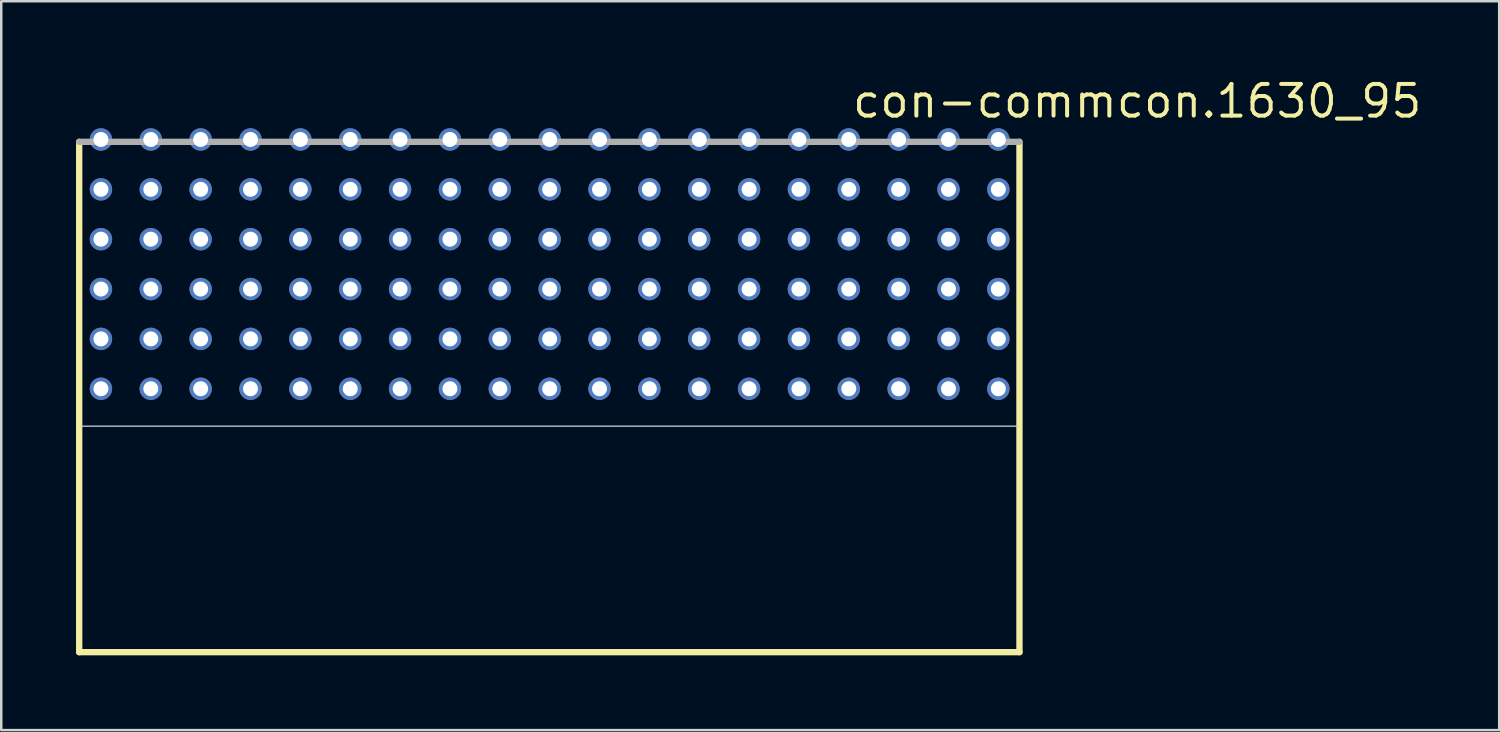
<source format=kicad_pcb>
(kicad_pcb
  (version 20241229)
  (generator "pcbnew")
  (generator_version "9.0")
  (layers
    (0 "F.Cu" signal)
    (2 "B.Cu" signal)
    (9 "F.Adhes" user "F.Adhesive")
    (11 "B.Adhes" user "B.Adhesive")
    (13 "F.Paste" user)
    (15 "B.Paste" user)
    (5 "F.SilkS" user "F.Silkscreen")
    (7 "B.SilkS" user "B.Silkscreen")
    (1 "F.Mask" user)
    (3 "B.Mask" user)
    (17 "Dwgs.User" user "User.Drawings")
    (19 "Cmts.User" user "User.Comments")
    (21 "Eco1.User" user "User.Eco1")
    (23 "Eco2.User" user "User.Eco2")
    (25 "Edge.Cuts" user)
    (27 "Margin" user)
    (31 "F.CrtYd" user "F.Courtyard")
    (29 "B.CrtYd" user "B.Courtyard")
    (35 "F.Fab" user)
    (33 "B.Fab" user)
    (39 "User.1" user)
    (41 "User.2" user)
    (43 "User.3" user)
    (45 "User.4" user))
  (footprint "con-commcon.1630_95"
    (layer "F.Cu")
    (at 18.999 13.815)
    (property "Reference" "con-commcon.1630_95" (at 12.065 -12.065 0) (layer "F.SilkS") (effects (font (size 1.27 1.27) (thickness 0.16)) (justify left bottom)))
    (attr through_hole)
    (fp_line (start -18.872 -11.176) (end -18.872 9.296) (stroke (width 0.254) (type default)) (layer "F.SilkS"))
    (fp_line (start -18.872 9.296) (end 18.847 9.296) (stroke (width 0.254) (type default)) (layer "F.SilkS"))
    (fp_line (start 18.847 9.296) (end 18.847 -11.176) (stroke (width 0.254) (type default)) (layer "F.SilkS"))
    (fp_line (start -18.789 0.23) (end 18.789 0.23) (stroke (width 0.051) (type default)) (layer "Edge.Cuts"))
    (fp_line (start 18.847 -11.176) (end -18.872 -11.176) (stroke (width 0.254) (type default)) (layer "F.Fab"))
    (pad "A1" thru_hole circle (at 18 -1.27) (size 0.9 0.9) (drill 0.6) (layers "*.Cu" "*.Mask"))
    (pad "A2" thru_hole circle (at 16 -1.27) (size 0.9 0.9) (drill 0.6) (layers "*.Cu" "*.Mask"))
    (pad "A3" thru_hole circle (at 14 -1.27) (size 0.9 0.9) (drill 0.6) (layers "*.Cu" "*.Mask"))
    (pad "A4" thru_hole circle (at 12 -1.27) (size 0.9 0.9) (drill 0.6) (layers "*.Cu" "*.Mask"))
    (pad "A5" thru_hole circle (at 10 -1.27) (size 0.9 0.9) (drill 0.6) (layers "*.Cu" "*.Mask"))
    (pad "A6" thru_hole circle (at 8 -1.27) (size 0.9 0.9) (drill 0.6) (layers "*.Cu" "*.Mask"))
    (pad "A7" thru_hole circle (at 6 -1.27) (size 0.9 0.9) (drill 0.6) (layers "*.Cu" "*.Mask"))
    (pad "A8" thru_hole circle (at 4 -1.27) (size 0.9 0.9) (drill 0.6) (layers "*.Cu" "*.Mask"))
    (pad "A9" thru_hole circle (at 2 -1.27) (size 0.9 0.9) (drill 0.6) (layers "*.Cu" "*.Mask"))
    (pad "A10" thru_hole circle (at 0 -1.27) (size 0.9 0.9) (drill 0.6) (layers "*.Cu" "*.Mask"))
    (pad "A11" thru_hole circle (at -2 -1.27) (size 0.9 0.9) (drill 0.6) (layers "*.Cu" "*.Mask"))
    (pad "A12" thru_hole circle (at -4 -1.27) (size 0.9 0.9) (drill 0.6) (layers "*.Cu" "*.Mask"))
    (pad "A13" thru_hole circle (at -6 -1.27) (size 0.9 0.9) (drill 0.6) (layers "*.Cu" "*.Mask"))
    (pad "A14" thru_hole circle (at -8 -1.27) (size 0.9 0.9) (drill 0.6) (layers "*.Cu" "*.Mask"))
    (pad "A15" thru_hole circle (at -10 -1.27) (size 0.9 0.9) (drill 0.6) (layers "*.Cu" "*.Mask"))
    (pad "A16" thru_hole circle (at -12 -1.27) (size 0.9 0.9) (drill 0.6) (layers "*.Cu" "*.Mask"))
    (pad "A17" thru_hole circle (at -14 -1.27) (size 0.9 0.9) (drill 0.6) (layers "*.Cu" "*.Mask"))
    (pad "A18" thru_hole circle (at -16 -1.27) (size 0.9 0.9) (drill 0.6) (layers "*.Cu" "*.Mask"))
    (pad "A19" thru_hole circle (at -18 -1.27) (size 0.9 0.9) (drill 0.6) (layers "*.Cu" "*.Mask"))
    (pad "B1" thru_hole circle (at 18 -3.27) (size 0.9 0.9) (drill 0.6) (layers "*.Cu" "*.Mask"))
    (pad "B2" thru_hole circle (at 16 -3.27) (size 0.9 0.9) (drill 0.6) (layers "*.Cu" "*.Mask"))
    (pad "B3" thru_hole circle (at 14 -3.27) (size 0.9 0.9) (drill 0.6) (layers "*.Cu" "*.Mask"))
    (pad "B4" thru_hole circle (at 12 -3.27) (size 0.9 0.9) (drill 0.6) (layers "*.Cu" "*.Mask"))
    (pad "B5" thru_hole circle (at 10 -3.27) (size 0.9 0.9) (drill 0.6) (layers "*.Cu" "*.Mask"))
    (pad "B6" thru_hole circle (at 8 -3.27) (size 0.9 0.9) (drill 0.6) (layers "*.Cu" "*.Mask"))
    (pad "B7" thru_hole circle (at 6 -3.27) (size 0.9 0.9) (drill 0.6) (layers "*.Cu" "*.Mask"))
    (pad "B8" thru_hole circle (at 4 -3.27) (size 0.9 0.9) (drill 0.6) (layers "*.Cu" "*.Mask"))
    (pad "B9" thru_hole circle (at 2 -3.27) (size 0.9 0.9) (drill 0.6) (layers "*.Cu" "*.Mask"))
    (pad "B10" thru_hole circle (at 0 -3.27) (size 0.9 0.9) (drill 0.6) (layers "*.Cu" "*.Mask"))
    (pad "B11" thru_hole circle (at -2 -3.27) (size 0.9 0.9) (drill 0.6) (layers "*.Cu" "*.Mask"))
    (pad "B12" thru_hole circle (at -4 -3.27) (size 0.9 0.9) (drill 0.6) (layers "*.Cu" "*.Mask"))
    (pad "B13" thru_hole circle (at -6 -3.27) (size 0.9 0.9) (drill 0.6) (layers "*.Cu" "*.Mask"))
    (pad "B14" thru_hole circle (at -8 -3.27) (size 0.9 0.9) (drill 0.6) (layers "*.Cu" "*.Mask"))
    (pad "B15" thru_hole circle (at -10 -3.27) (size 0.9 0.9) (drill 0.6) (layers "*.Cu" "*.Mask"))
    (pad "B16" thru_hole circle (at -12 -3.27) (size 0.9 0.9) (drill 0.6) (layers "*.Cu" "*.Mask"))
    (pad "B17" thru_hole circle (at -14 -3.27) (size 0.9 0.9) (drill 0.6) (layers "*.Cu" "*.Mask"))
    (pad "B18" thru_hole circle (at -16 -3.27) (size 0.9 0.9) (drill 0.6) (layers "*.Cu" "*.Mask"))
    (pad "B19" thru_hole circle (at -18 -3.27) (size 0.9 0.9) (drill 0.6) (layers "*.Cu" "*.Mask"))
    (pad "C1" thru_hole circle (at 18 -5.27) (size 0.9 0.9) (drill 0.6) (layers "*.Cu" "*.Mask"))
    (pad "C2" thru_hole circle (at 16 -5.27) (size 0.9 0.9) (drill 0.6) (layers "*.Cu" "*.Mask"))
    (pad "C3" thru_hole circle (at 14 -5.27) (size 0.9 0.9) (drill 0.6) (layers "*.Cu" "*.Mask"))
    (pad "C4" thru_hole circle (at 12 -5.27) (size 0.9 0.9) (drill 0.6) (layers "*.Cu" "*.Mask"))
    (pad "C5" thru_hole circle (at 10 -5.27) (size 0.9 0.9) (drill 0.6) (layers "*.Cu" "*.Mask"))
    (pad "C6" thru_hole circle (at 8 -5.27) (size 0.9 0.9) (drill 0.6) (layers "*.Cu" "*.Mask"))
    (pad "C7" thru_hole circle (at 6 -5.27) (size 0.9 0.9) (drill 0.6) (layers "*.Cu" "*.Mask"))
    (pad "C8" thru_hole circle (at 4 -5.27) (size 0.9 0.9) (drill 0.6) (layers "*.Cu" "*.Mask"))
    (pad "C9" thru_hole circle (at 2 -5.27) (size 0.9 0.9) (drill 0.6) (layers "*.Cu" "*.Mask"))
    (pad "C10" thru_hole circle (at 0 -5.27) (size 0.9 0.9) (drill 0.6) (layers "*.Cu" "*.Mask"))
    (pad "C11" thru_hole circle (at -2 -5.27) (size 0.9 0.9) (drill 0.6) (layers "*.Cu" "*.Mask"))
    (pad "C12" thru_hole circle (at -4 -5.27) (size 0.9 0.9) (drill 0.6) (layers "*.Cu" "*.Mask"))
    (pad "C13" thru_hole circle (at -6 -5.27) (size 0.9 0.9) (drill 0.6) (layers "*.Cu" "*.Mask"))
    (pad "C14" thru_hole circle (at -8 -5.27) (size 0.9 0.9) (drill 0.6) (layers "*.Cu" "*.Mask"))
    (pad "C15" thru_hole circle (at -10 -5.27) (size 0.9 0.9) (drill 0.6) (layers "*.Cu" "*.Mask"))
    (pad "C16" thru_hole circle (at -12 -5.27) (size 0.9 0.9) (drill 0.6) (layers "*.Cu" "*.Mask"))
    (pad "C17" thru_hole circle (at -14 -5.27) (size 0.9 0.9) (drill 0.6) (layers "*.Cu" "*.Mask"))
    (pad "C18" thru_hole circle (at -16 -5.27) (size 0.9 0.9) (drill 0.6) (layers "*.Cu" "*.Mask"))
    (pad "C19" thru_hole circle (at -18 -5.27) (size 0.9 0.9) (drill 0.6) (layers "*.Cu" "*.Mask"))
    (pad "D1" thru_hole circle (at 18 -7.27) (size 0.9 0.9) (drill 0.6) (layers "*.Cu" "*.Mask"))
    (pad "D2" thru_hole circle (at 16 -7.27) (size 0.9 0.9) (drill 0.6) (layers "*.Cu" "*.Mask"))
    (pad "D3" thru_hole circle (at 14 -7.27) (size 0.9 0.9) (drill 0.6) (layers "*.Cu" "*.Mask"))
    (pad "D4" thru_hole circle (at 12 -7.27) (size 0.9 0.9) (drill 0.6) (layers "*.Cu" "*.Mask"))
    (pad "D5" thru_hole circle (at 10 -7.27) (size 0.9 0.9) (drill 0.6) (layers "*.Cu" "*.Mask"))
    (pad "D6" thru_hole circle (at 8 -7.27) (size 0.9 0.9) (drill 0.6) (layers "*.Cu" "*.Mask"))
    (pad "D7" thru_hole circle (at 6 -7.27) (size 0.9 0.9) (drill 0.6) (layers "*.Cu" "*.Mask"))
    (pad "D8" thru_hole circle (at 4 -7.27) (size 0.9 0.9) (drill 0.6) (layers "*.Cu" "*.Mask"))
    (pad "D9" thru_hole circle (at 2 -7.27) (size 0.9 0.9) (drill 0.6) (layers "*.Cu" "*.Mask"))
    (pad "D10" thru_hole circle (at 0 -7.27) (size 0.9 0.9) (drill 0.6) (layers "*.Cu" "*.Mask"))
    (pad "D11" thru_hole circle (at -2 -7.27) (size 0.9 0.9) (drill 0.6) (layers "*.Cu" "*.Mask"))
    (pad "D12" thru_hole circle (at -4 -7.27) (size 0.9 0.9) (drill 0.6) (layers "*.Cu" "*.Mask"))
    (pad "D13" thru_hole circle (at -6 -7.27) (size 0.9 0.9) (drill 0.6) (layers "*.Cu" "*.Mask"))
    (pad "D14" thru_hole circle (at -8 -7.27) (size 0.9 0.9) (drill 0.6) (layers "*.Cu" "*.Mask"))
    (pad "D15" thru_hole circle (at -10 -7.27) (size 0.9 0.9) (drill 0.6) (layers "*.Cu" "*.Mask"))
    (pad "D16" thru_hole circle (at -12 -7.27) (size 0.9 0.9) (drill 0.6) (layers "*.Cu" "*.Mask"))
    (pad "D17" thru_hole circle (at -14 -7.27) (size 0.9 0.9) (drill 0.6) (layers "*.Cu" "*.Mask"))
    (pad "D18" thru_hole circle (at -16 -7.27) (size 0.9 0.9) (drill 0.6) (layers "*.Cu" "*.Mask"))
    (pad "D19" thru_hole circle (at -18 -7.27) (size 0.9 0.9) (drill 0.6) (layers "*.Cu" "*.Mask"))
    (pad "E1" thru_hole circle (at 18 -9.27) (size 0.9 0.9) (drill 0.6) (layers "*.Cu" "*.Mask"))
    (pad "E2" thru_hole circle (at 16 -9.27) (size 0.9 0.9) (drill 0.6) (layers "*.Cu" "*.Mask"))
    (pad "E3" thru_hole circle (at 14 -9.27) (size 0.9 0.9) (drill 0.6) (layers "*.Cu" "*.Mask"))
    (pad "E4" thru_hole circle (at 12 -9.27) (size 0.9 0.9) (drill 0.6) (layers "*.Cu" "*.Mask"))
    (pad "E5" thru_hole circle (at 10 -9.27) (size 0.9 0.9) (drill 0.6) (layers "*.Cu" "*.Mask"))
    (pad "E6" thru_hole circle (at 8 -9.27) (size 0.9 0.9) (drill 0.6) (layers "*.Cu" "*.Mask"))
    (pad "E7" thru_hole circle (at 6 -9.27) (size 0.9 0.9) (drill 0.6) (layers "*.Cu" "*.Mask"))
    (pad "E8" thru_hole circle (at 4 -9.27) (size 0.9 0.9) (drill 0.6) (layers "*.Cu" "*.Mask"))
    (pad "E9" thru_hole circle (at 2 -9.27) (size 0.9 0.9) (drill 0.6) (layers "*.Cu" "*.Mask"))
    (pad "E10" thru_hole circle (at 0 -9.27) (size 0.9 0.9) (drill 0.6) (layers "*.Cu" "*.Mask"))
    (pad "E11" thru_hole circle (at -2 -9.27) (size 0.9 0.9) (drill 0.6) (layers "*.Cu" "*.Mask"))
    (pad "E12" thru_hole circle (at -4 -9.27) (size 0.9 0.9) (drill 0.6) (layers "*.Cu" "*.Mask"))
    (pad "E13" thru_hole circle (at -6 -9.27) (size 0.9 0.9) (drill 0.6) (layers "*.Cu" "*.Mask"))
    (pad "E14" thru_hole circle (at -8 -9.27) (size 0.9 0.9) (drill 0.6) (layers "*.Cu" "*.Mask"))
    (pad "E15" thru_hole circle (at -10 -9.27) (size 0.9 0.9) (drill 0.6) (layers "*.Cu" "*.Mask"))
    (pad "E16" thru_hole circle (at -12 -9.27) (size 0.9 0.9) (drill 0.6) (layers "*.Cu" "*.Mask"))
    (pad "E17" thru_hole circle (at -14 -9.27) (size 0.9 0.9) (drill 0.6) (layers "*.Cu" "*.Mask"))
    (pad "E18" thru_hole circle (at -16 -9.27) (size 0.9 0.9) (drill 0.6) (layers "*.Cu" "*.Mask"))
    (pad "E19" thru_hole circle (at -18 -9.27) (size 0.9 0.9) (drill 0.6) (layers "*.Cu" "*.Mask"))
    (pad "F1" thru_hole circle (at 18 -11.27) (size 0.9 0.9) (drill 0.6) (layers "*.Cu" "*.Mask"))
    (pad "F2" thru_hole circle (at 16 -11.27) (size 0.9 0.9) (drill 0.6) (layers "*.Cu" "*.Mask"))
    (pad "F3" thru_hole circle (at 14 -11.27) (size 0.9 0.9) (drill 0.6) (layers "*.Cu" "*.Mask"))
    (pad "F4" thru_hole circle (at 12 -11.27) (size 0.9 0.9) (drill 0.6) (layers "*.Cu" "*.Mask"))
    (pad "F5" thru_hole circle (at 10 -11.27) (size 0.9 0.9) (drill 0.6) (layers "*.Cu" "*.Mask"))
    (pad "F6" thru_hole circle (at 8 -11.27) (size 0.9 0.9) (drill 0.6) (layers "*.Cu" "*.Mask"))
    (pad "F7" thru_hole circle (at 6 -11.27) (size 0.9 0.9) (drill 0.6) (layers "*.Cu" "*.Mask"))
    (pad "F8" thru_hole circle (at 4 -11.27) (size 0.9 0.9) (drill 0.6) (layers "*.Cu" "*.Mask"))
    (pad "F9" thru_hole circle (at 2 -11.27) (size 0.9 0.9) (drill 0.6) (layers "*.Cu" "*.Mask"))
    (pad "F10" thru_hole circle (at 0 -11.27) (size 0.9 0.9) (drill 0.6) (layers "*.Cu" "*.Mask"))
    (pad "F11" thru_hole circle (at -2 -11.27) (size 0.9 0.9) (drill 0.6) (layers "*.Cu" "*.Mask"))
    (pad "F12" thru_hole circle (at -4 -11.27) (size 0.9 0.9) (drill 0.6) (layers "*.Cu" "*.Mask"))
    (pad "F13" thru_hole circle (at -6 -11.27) (size 0.9 0.9) (drill 0.6) (layers "*.Cu" "*.Mask"))
    (pad "F14" thru_hole circle (at -8 -11.27) (size 0.9 0.9) (drill 0.6) (layers "*.Cu" "*.Mask"))
    (pad "F15" thru_hole circle (at -10 -11.27) (size 0.9 0.9) (drill 0.6) (layers "*.Cu" "*.Mask"))
    (pad "F16" thru_hole circle (at -12 -11.27) (size 0.9 0.9) (drill 0.6) (layers "*.Cu" "*.Mask"))
    (pad "F17" thru_hole circle (at -14 -11.27) (size 0.9 0.9) (drill 0.6) (layers "*.Cu" "*.Mask"))
    (pad "F18" thru_hole circle (at -16 -11.27) (size 0.9 0.9) (drill 0.6) (layers "*.Cu" "*.Mask"))
    (pad "F19" thru_hole circle (at -18 -11.27) (size 0.9 0.9) (drill 0.6) (layers "*.Cu" "*.Mask")))
  (gr_rect
    (start -3 -3)
    (end 57.09 26.238)
    (stroke (width 0.1) (type default))
    (fill no)
    (layer "Edge.Cuts")))
</source>
